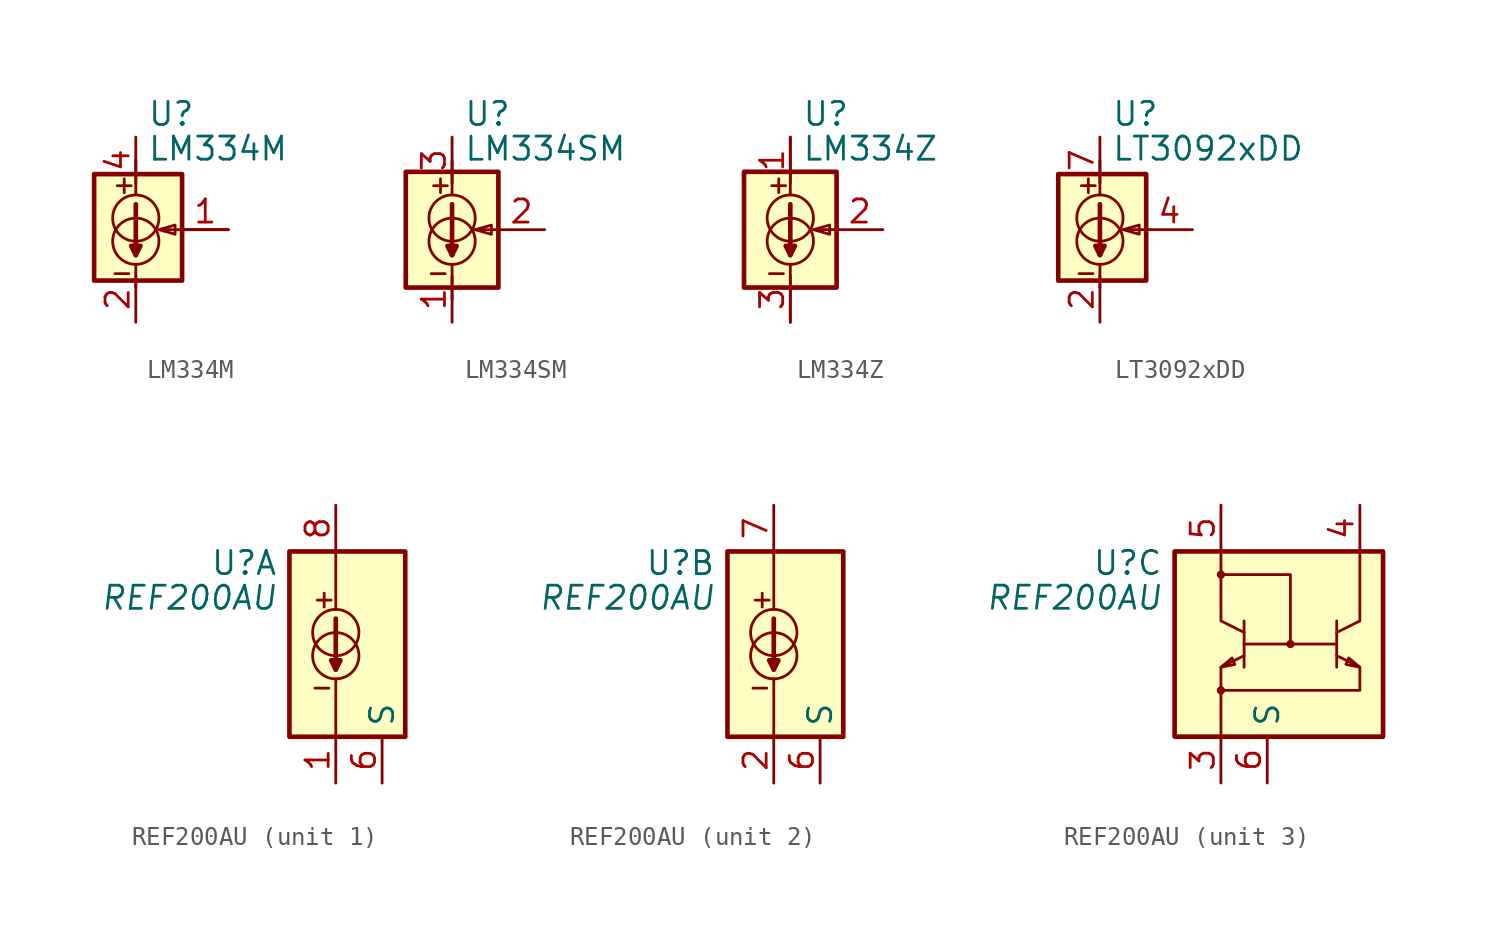
<source format=kicad_sym>
(kicad_symbol_lib
  (version 20241209)
  (generator "kicad_symbol_editor")
  (generator_version "9.0")
  (symbol "LM334M"
    (property "Reference" "U"
      (at 0.635 6.35 0)
      (effects (font (size 1.27 1.27)) (justify left)))
    (property "Value" "LM334M"
      (at 0.635 4.445 0)
      (effects (font (size 1.27 1.27)) (justify left)))
    (symbol "LM334M_0_1"
      (rectangle (start -2.286 3.048) (end 2.54 -2.794) (stroke (width 0.254) (type default)) (fill (type background)))
      (polyline (pts (xy -1.143 -2.413) (xy -0.381 -2.413)) (stroke (width 0) (type default)) (fill (type none)))
      (polyline (pts (xy -1.016 2.413) (xy -0.254 2.413)) (stroke (width 0) (type default)) (fill (type none)))
      (polyline (pts (xy -0.635 2.794) (xy -0.635 2.032)) (stroke (width 0) (type default)) (fill (type none)))
      (polyline (pts (xy 0 3.81) (xy 0 1.905)) (stroke (width 0) (type default)) (fill (type none)))
      (polyline (pts (xy 0 1.397) (xy 0 -1.397)) (stroke (width 0.254) (type default)) (fill (type none)))
      (circle (center 0 0.635) (radius 1.27) (stroke (width 0) (type default)) (fill (type none)))
      (circle (center 0 -0.635) (radius 1.27) (stroke (width 0) (type default)) (fill (type none)))
      (polyline (pts (xy 0 -1.397) (xy -0.254 -0.889) (xy 0.254 -0.889) (xy 0 -1.397)) (stroke (width 0.254) (type default)) (fill (type none)))
      (polyline (pts (xy 0 -1.905) (xy 0 -3.175)) (stroke (width 0) (type default)) (fill (type none)))
      (polyline (pts (xy 1.27 0) (xy 2.159 0.254) (xy 2.159 -0.254) (xy 1.27 0)) (stroke (width 0) (type default)) (fill (type none)))
      (polyline (pts (xy 5.08 0) (xy 1.27 0)) (stroke (width 0) (type default)) (fill (type none))))
    (symbol "LM334M_1_1"
      (pin passive line (at 0 5.08 270) (length 2.54) (name "~" (effects (font (size 1.27 1.27)))) (number "4" (effects (font (size 1.27 1.27)))))
      (pin passive line (at 0 -5.08 90) (length 2.54) (name "~" (effects (font (size 1.27 1.27)))) (number "2" (effects (font (size 1.27 1.27)))))
      (pin passive line (at 0 -5.08 90) (length 2.54) (hide yes) (name "~" (effects (font (size 1.27 1.27)))) (number "3" (effects (font (size 1.27 1.27)))))
      (pin passive line (at 0 -5.08 90) (length 2.54) (hide yes) (name "~" (effects (font (size 1.27 1.27)))) (number "6" (effects (font (size 1.27 1.27)))))
      (pin passive line (at 0 -5.08 90) (length 2.54) (hide yes) (name "~" (effects (font (size 1.27 1.27)))) (number "7" (effects (font (size 1.27 1.27)))))
      (pin passive line (at 5.08 0 180) (length 2.54) (name "~" (effects (font (size 1.27 1.27)))) (number "1" (effects (font (size 1.27 1.27)))))))
  (symbol "LM334SM"
    (property "Reference" "U"
      (at 0.635 6.35 0)
      (effects (font (size 1.27 1.27)) (justify left)))
    (property "Value" "LM334SM"
      (at 0.635 4.445 0)
      (effects (font (size 1.27 1.27)) (justify left)))
    (symbol "LM334SM_0_1"
      (rectangle (start -2.54 3.175) (end 2.54 -3.175) (stroke (width 0.254) (type default)) (fill (type background)))
      (polyline (pts (xy -1.143 -2.413) (xy -0.381 -2.413)) (stroke (width 0) (type default)) (fill (type none)))
      (polyline (pts (xy -1.016 2.413) (xy -0.254 2.413)) (stroke (width 0) (type default)) (fill (type none)))
      (polyline (pts (xy -0.635 2.794) (xy -0.635 2.032)) (stroke (width 0) (type default)) (fill (type none)))
      (polyline (pts (xy 0 3.81) (xy 0 1.905)) (stroke (width 0) (type default)) (fill (type none)))
      (polyline (pts (xy 0 1.397) (xy 0 -1.397)) (stroke (width 0.254) (type default)) (fill (type none)))
      (circle (center 0 0.635) (radius 1.27) (stroke (width 0) (type default)) (fill (type none)))
      (circle (center 0 -0.635) (radius 1.27) (stroke (width 0) (type default)) (fill (type none)))
      (polyline (pts (xy 0 -1.397) (xy -0.254 -0.889) (xy 0.254 -0.889) (xy 0 -1.397)) (stroke (width 0.254) (type default)) (fill (type none)))
      (polyline (pts (xy 0 -1.905) (xy 0 -3.81)) (stroke (width 0) (type default)) (fill (type none)))
      (polyline (pts (xy 1.27 0) (xy 2.159 0.254) (xy 2.159 -0.254) (xy 1.27 0)) (stroke (width 0) (type default)) (fill (type none)))
      (polyline (pts (xy 2.54 0) (xy 1.27 0)) (stroke (width 0) (type default)) (fill (type none))))
    (symbol "LM334SM_1_1"
      (pin passive line (at 0 5.08 270) (length 2.54) (name "~" (effects (font (size 1.27 1.27)))) (number "3" (effects (font (size 1.27 1.27)))))
      (pin passive line (at 0 -5.08 90) (length 2.54) (name "~" (effects (font (size 1.27 1.27)))) (number "1" (effects (font (size 1.27 1.27)))))
      (pin passive line (at 5.08 0 180) (length 2.54) (name "~" (effects (font (size 1.27 1.27)))) (number "2" (effects (font (size 1.27 1.27)))))))
  (symbol "LM334Z"
    (property "Reference" "U"
      (at 0.635 6.35 0)
      (effects (font (size 1.27 1.27)) (justify left)))
    (property "Value" "LM334Z"
      (at 0.635 4.445 0)
      (effects (font (size 1.27 1.27)) (justify left)))
    (symbol "LM334Z_0_1"
      (rectangle (start -2.54 3.175) (end 2.54 -3.175) (stroke (width 0.254) (type default)) (fill (type background)))
      (polyline (pts (xy -1.143 -2.413) (xy -0.381 -2.413)) (stroke (width 0) (type default)) (fill (type none)))
      (polyline (pts (xy -1.016 2.413) (xy -0.254 2.413)) (stroke (width 0) (type default)) (fill (type none)))
      (polyline (pts (xy -0.635 2.794) (xy -0.635 2.032)) (stroke (width 0) (type default)) (fill (type none)))
      (polyline (pts (xy 0 5.08) (xy 0 1.905)) (stroke (width 0) (type default)) (fill (type none)))
      (polyline (pts (xy 0 1.397) (xy 0 -1.397)) (stroke (width 0.254) (type default)) (fill (type none)))
      (circle (center 0 0.635) (radius 1.27) (stroke (width 0) (type default)) (fill (type none)))
      (circle (center 0 -0.635) (radius 1.27) (stroke (width 0) (type default)) (fill (type none)))
      (polyline (pts (xy 0 -1.397) (xy -0.254 -0.889) (xy 0.254 -0.889) (xy 0 -1.397)) (stroke (width 0.254) (type default)) (fill (type none)))
      (polyline (pts (xy 0 -1.905) (xy 0 -5.08)) (stroke (width 0) (type default)) (fill (type none)))
      (polyline (pts (xy 1.27 0) (xy 2.159 0.254) (xy 2.159 -0.254) (xy 1.27 0)) (stroke (width 0) (type default)) (fill (type none)))
      (polyline (pts (xy 2.54 0) (xy 1.27 0)) (stroke (width 0) (type default)) (fill (type none))))
    (symbol "LM334Z_1_1"
      (pin passive line (at 0 5.08 270) (length 2.54) (name "~" (effects (font (size 1.27 1.27)))) (number "1" (effects (font (size 1.27 1.27)))))
      (pin passive line (at 0 -5.08 90) (length 2.54) (name "~" (effects (font (size 1.27 1.27)))) (number "3" (effects (font (size 1.27 1.27)))))
      (pin passive line (at 5.08 0 180) (length 2.54) (name "~" (effects (font (size 1.27 1.27)))) (number "2" (effects (font (size 1.27 1.27)))))))
  (symbol "LT3092xDD"
    (property "Reference" "U"
      (at 0.635 6.35 0)
      (effects (font (size 1.27 1.27)) (justify left)))
    (property "Value" "LT3092xDD"
      (at 0.635 4.445 0)
      (effects (font (size 1.27 1.27)) (justify left)))
    (symbol "LT3092xDD_0_1"
      (rectangle (start -2.286 3.048) (end 2.54 -2.794) (stroke (width 0.254) (type default)) (fill (type background)))
      (polyline (pts (xy -1.143 -2.413) (xy -0.381 -2.413)) (stroke (width 0) (type default)) (fill (type none)))
      (polyline (pts (xy -1.016 2.413) (xy -0.254 2.413)) (stroke (width 0) (type default)) (fill (type none)))
      (polyline (pts (xy -0.635 2.794) (xy -0.635 2.032)) (stroke (width 0) (type default)) (fill (type none)))
      (polyline (pts (xy 0 3.81) (xy 0 1.905)) (stroke (width 0) (type default)) (fill (type none)))
      (polyline (pts (xy 0 1.397) (xy 0 -1.397)) (stroke (width 0.254) (type default)) (fill (type none)))
      (circle (center 0 0.635) (radius 1.27) (stroke (width 0) (type default)) (fill (type none)))
      (circle (center 0 -0.635) (radius 1.27) (stroke (width 0) (type default)) (fill (type none)))
      (polyline (pts (xy 0 -1.397) (xy -0.254 -0.889) (xy 0.254 -0.889) (xy 0 -1.397)) (stroke (width 0.254) (type default)) (fill (type none)))
      (polyline (pts (xy 0 -1.905) (xy 0 -3.175)) (stroke (width 0) (type default)) (fill (type none)))
      (polyline (pts (xy 1.27 0) (xy 2.159 0.254) (xy 2.159 -0.254) (xy 1.27 0)) (stroke (width 0) (type default)) (fill (type none)))
      (polyline (pts (xy 2.54 0) (xy 1.27 0)) (stroke (width 0) (type default)) (fill (type none))))
    (symbol "LT3092xDD_1_1"
      (pin no_connect line (at -1.27 2.54 0) (length 2.54) (hide yes) (name "NC" (effects (font (size 1.27 1.27)))) (number "3" (effects (font (size 1.27 1.27)))))
      (pin no_connect line (at -1.27 0 0) (length 2.54) (hide yes) (name "NC" (effects (font (size 1.27 1.27)))) (number "5" (effects (font (size 1.27 1.27)))))
      (pin no_connect line (at -1.27 -2.54 0) (length 2.54) (hide yes) (name "NC" (effects (font (size 1.27 1.27)))) (number "6" (effects (font (size 1.27 1.27)))))
      (pin passive line (at 0 5.08 270) (length 2.54) (name "~" (effects (font (size 1.27 1.27)))) (number "7" (effects (font (size 1.27 1.27)))))
      (pin passive line (at 0 5.08 270) (length 2.54) (hide yes) (name "~" (effects (font (size 1.27 1.27)))) (number "8" (effects (font (size 1.27 1.27)))))
      (pin passive line (at 0 -5.08 90) (length 2.54) (hide yes) (name "~" (effects (font (size 1.27 1.27)))) (number "1" (effects (font (size 1.27 1.27)))))
      (pin passive line (at 0 -5.08 90) (length 2.54) (name "~" (effects (font (size 1.27 1.27)))) (number "2" (effects (font (size 1.27 1.27)))))
      (pin passive line (at 0 -5.08 90) (length 2.54) (hide yes) (name "~" (effects (font (size 1.27 1.27)))) (number "9" (effects (font (size 1.27 1.27)))))
      (pin passive line (at 5.08 0 180) (length 2.54) (name "~" (effects (font (size 1.27 1.27)))) (number "4" (effects (font (size 1.27 1.27)))))))
  (symbol "REF200AU"
    (property "Reference" "U"
      (at -3.175 4.445 0)
      (effects (font (size 1.27 1.27)) (justify right)))
    (property "Value" "REF200AU"
      (at -3.175 2.54 0)
      (effects (font (size 1.27 1.27) (italic yes)) (justify right)))
    (property "ki_locked" ""
      (at 0 0 0)
      (effects (font (size 1.27 1.27))))
    (symbol "REF200AU_0_1"
      (pin passive line (at 2.54 -7.62 90) (length 2.54) (name "S" (effects (font (size 1.27 1.27)))) (number "6" (effects (font (size 1.27 1.27))))))
    (symbol "REF200AU_1_1"
      (rectangle (start -2.54 5.08) (end 3.81 -5.08) (stroke (width 0.254) (type default)) (fill (type background)))
      (polyline (pts (xy -1.143 -2.413) (xy -0.381 -2.413)) (stroke (width 0) (type default)) (fill (type none)))
      (polyline (pts (xy -1.016 2.413) (xy -0.254 2.413)) (stroke (width 0) (type default)) (fill (type none)))
      (polyline (pts (xy -0.635 2.794) (xy -0.635 2.032)) (stroke (width 0) (type default)) (fill (type none)))
      (polyline (pts (xy 0 5.08) (xy 0 1.905)) (stroke (width 0) (type default)) (fill (type none)))
      (polyline (pts (xy 0 1.397) (xy 0 -1.397)) (stroke (width 0.254) (type default)) (fill (type none)))
      (circle (center 0 0.635) (radius 1.27) (stroke (width 0) (type default)) (fill (type none)))
      (circle (center 0 -0.635) (radius 1.27) (stroke (width 0) (type default)) (fill (type none)))
      (polyline (pts (xy 0 -1.397) (xy -0.254 -0.889) (xy 0.254 -0.889) (xy 0 -1.397)) (stroke (width 0.254) (type default)) (fill (type none)))
      (polyline (pts (xy 0 -1.905) (xy 0 -5.08)) (stroke (width 0) (type default)) (fill (type none)))
      (pin passive line (at 0 7.62 270) (length 2.54) (name "~" (effects (font (size 1.27 1.27)))) (number "8" (effects (font (size 1.27 1.27)))))
      (pin passive line (at 0 -7.62 90) (length 2.54) (name "~" (effects (font (size 1.27 1.27)))) (number "1" (effects (font (size 1.27 1.27))))))
    (symbol "REF200AU_2_1"
      (rectangle (start -2.54 5.08) (end 3.81 -5.08) (stroke (width 0.254) (type default)) (fill (type background)))
      (polyline (pts (xy -1.143 -2.413) (xy -0.381 -2.413)) (stroke (width 0) (type default)) (fill (type none)))
      (polyline (pts (xy -1.016 2.413) (xy -0.254 2.413)) (stroke (width 0) (type default)) (fill (type none)))
      (polyline (pts (xy -0.635 2.794) (xy -0.635 2.032)) (stroke (width 0) (type default)) (fill (type none)))
      (polyline (pts (xy 0 5.08) (xy 0 1.905)) (stroke (width 0) (type default)) (fill (type none)))
      (polyline (pts (xy 0 1.397) (xy 0 -1.397)) (stroke (width 0.254) (type default)) (fill (type none)))
      (circle (center 0 0.635) (radius 1.27) (stroke (width 0) (type default)) (fill (type none)))
      (circle (center 0 -0.635) (radius 1.27) (stroke (width 0) (type default)) (fill (type none)))
      (polyline (pts (xy 0 -1.397) (xy -0.254 -0.889) (xy 0.254 -0.889) (xy 0 -1.397)) (stroke (width 0.254) (type default)) (fill (type none)))
      (polyline (pts (xy 0 -1.905) (xy 0 -5.08)) (stroke (width 0) (type default)) (fill (type none)))
      (pin passive line (at 0 7.62 270) (length 2.54) (name "~" (effects (font (size 1.27 1.27)))) (number "7" (effects (font (size 1.27 1.27)))))
      (pin passive line (at 0 -7.62 90) (length 2.54) (name "~" (effects (font (size 1.27 1.27)))) (number "2" (effects (font (size 1.27 1.27))))))
    (symbol "REF200AU_3_1"
      (rectangle (start -2.54 5.08) (end 8.89 -5.08) (stroke (width 0.254) (type default)) (fill (type background)))
      (circle (center 0 3.81) (radius 0.152) (stroke (width 0) (type default)) (fill (type none)))
      (polyline (pts (xy 0 3.81) (xy 0 5.08)) (stroke (width 0) (type default)) (fill (type none)))
      (polyline (pts (xy 0 3.81) (xy 3.81 3.81) (xy 3.81 0)) (stroke (width 0) (type default)) (fill (type none)))
      (polyline (pts (xy 0 -1.27) (xy 0.61 -0.762) (xy 0.762 -1.118) (xy 0 -1.27)) (stroke (width 0) (type default)) (fill (type none)))
      (circle (center 0 -2.54) (radius 0.152) (stroke (width 0) (type default)) (fill (type none)))
      (polyline (pts (xy 0 -5.08) (xy 0 -1.27) (xy 1.27 -0.635)) (stroke (width 0) (type default)) (fill (type none)))
      (polyline (pts (xy 1.27 0.635) (xy 0 1.27) (xy 0 3.81)) (stroke (width 0) (type default)) (fill (type none)))
      (polyline (pts (xy 1.27 0) (xy 6.35 0)) (stroke (width 0) (type default)) (fill (type none)))
      (polyline (pts (xy 1.27 -1.27) (xy 1.27 1.27)) (stroke (width 0) (type default)) (fill (type none)))
      (circle (center 3.81 0) (radius 0.152) (stroke (width 0) (type default)) (fill (type none)))
      (polyline (pts (xy 6.35 1.27) (xy 6.35 -1.27)) (stroke (width 0) (type default)) (fill (type none)))
      (polyline (pts (xy 6.35 -0.635) (xy 7.62 -1.27) (xy 7.62 -2.54) (xy 0 -2.54)) (stroke (width 0) (type default)) (fill (type none)))
      (polyline (pts (xy 7.62 5.08) (xy 7.62 1.27) (xy 6.35 0.635)) (stroke (width 0) (type default)) (fill (type none)))
      (polyline (pts (xy 7.62 -1.27) (xy 7.01 -0.762) (xy 6.858 -1.118) (xy 7.62 -1.27)) (stroke (width 0) (type default)) (fill (type none)))
      (pin passive line (at 0 7.62 270) (length 2.54) (name "~" (effects (font (size 1.27 1.27)))) (number "5" (effects (font (size 1.27 1.27)))))
      (pin passive line (at 0 -7.62 90) (length 2.54) (name "~" (effects (font (size 1.27 1.27)))) (number "3" (effects (font (size 1.27 1.27)))))
      (pin passive line (at 7.62 7.62 270) (length 2.54) (name "~" (effects (font (size 1.27 1.27)))) (number "4" (effects (font (size 1.27 1.27))))))))
</source>
